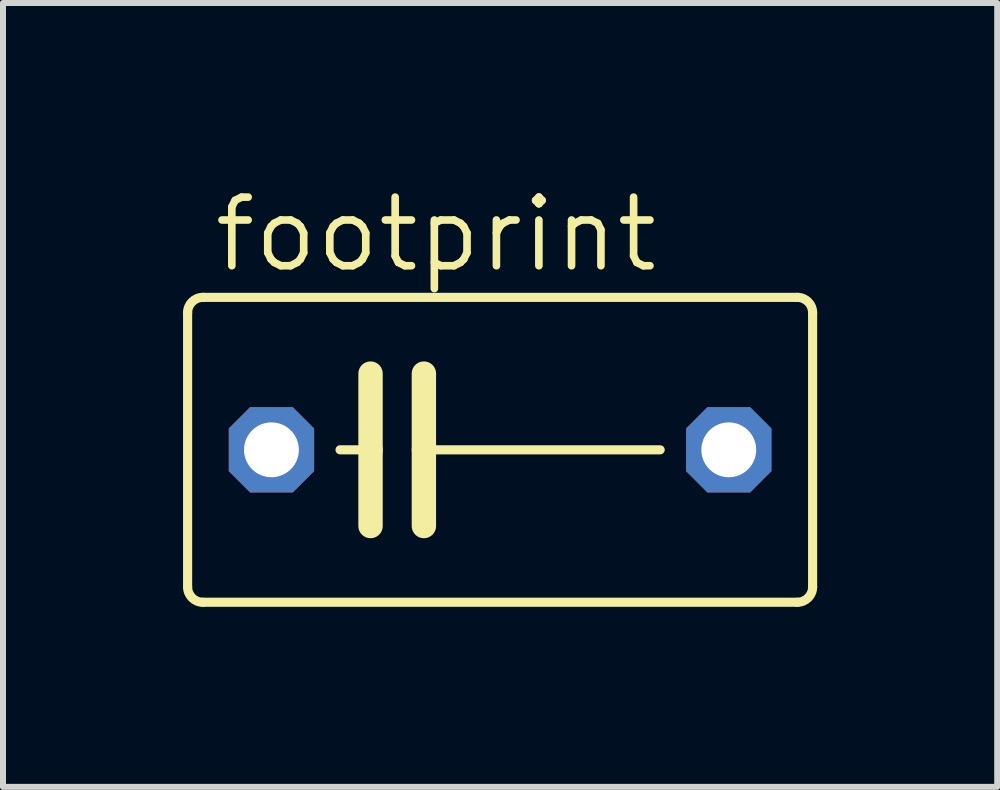
<source format=kicad_pcb>
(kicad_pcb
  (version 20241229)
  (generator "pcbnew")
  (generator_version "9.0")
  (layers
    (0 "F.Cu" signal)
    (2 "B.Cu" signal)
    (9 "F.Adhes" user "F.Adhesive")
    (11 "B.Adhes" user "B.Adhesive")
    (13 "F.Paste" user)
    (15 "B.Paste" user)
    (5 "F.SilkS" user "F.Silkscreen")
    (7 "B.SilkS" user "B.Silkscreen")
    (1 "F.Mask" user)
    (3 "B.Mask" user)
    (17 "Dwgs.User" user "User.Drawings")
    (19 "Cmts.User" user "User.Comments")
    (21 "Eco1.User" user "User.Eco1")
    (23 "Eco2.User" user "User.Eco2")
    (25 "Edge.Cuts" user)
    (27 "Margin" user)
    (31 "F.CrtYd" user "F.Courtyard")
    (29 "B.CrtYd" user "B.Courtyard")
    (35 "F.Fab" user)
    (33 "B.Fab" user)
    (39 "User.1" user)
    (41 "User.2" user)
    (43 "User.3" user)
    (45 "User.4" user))
  (footprint "footprint"
    (layer "F.Cu")
    (at 5.283 4.445)
    (property "Reference" "footprint" (at -4.826 -2.921 0) (layer "F.SilkS") (effects (font (size 1.143 1.143) (thickness 0.127)) (justify left bottom)))
    (fp_line (start -5.207 -2.286) (end -5.207 2.286) (stroke (width 0.152) (type solid)) (layer "F.SilkS"))
    (fp_line (start -4.953 2.54) (end 4.953 2.54) (stroke (width 0.152) (type solid)) (layer "F.SilkS"))
    (fp_line (start -2.667 0) (end -2.159 0) (stroke (width 0.152) (type solid)) (layer "F.SilkS"))
    (fp_line (start -2.159 -1.27) (end -2.159 0) (stroke (width 0.406) (type solid)) (layer "F.SilkS"))
    (fp_line (start -2.159 0) (end -2.159 1.27) (stroke (width 0.406) (type solid)) (layer "F.SilkS"))
    (fp_line (start -1.27 -1.27) (end -1.27 0) (stroke (width 0.406) (type solid)) (layer "F.SilkS"))
    (fp_line (start -1.27 0) (end -1.27 1.27) (stroke (width 0.406) (type solid)) (layer "F.SilkS"))
    (fp_line (start -1.27 0) (end 2.667 0) (stroke (width 0.152) (type solid)) (layer "F.SilkS"))
    (fp_line (start 4.953 -2.54) (end -4.953 -2.54) (stroke (width 0.152) (type solid)) (layer "F.SilkS"))
    (fp_line (start 5.207 2.286) (end 5.207 -2.286) (stroke (width 0.152) (type solid)) (layer "F.SilkS"))
    (fp_arc (start -5.207 -2.286) (mid -5.132605 -2.465605) (end -4.953 -2.54) (stroke (width 0.1524) (type solid)) (layer "F.SilkS"))
    (fp_arc (start -4.953 2.54) (mid -5.132605 2.465605) (end -5.207 2.286) (stroke (width 0.1524) (type solid)) (layer "F.SilkS"))
    (fp_arc (start 4.953 -2.54) (mid 5.132605 -2.465605) (end 5.207 -2.286) (stroke (width 0.1524) (type solid)) (layer "F.SilkS"))
    (fp_arc (start 5.207 2.286) (mid 5.132605 2.465605) (end 4.953 2.54) (stroke (width 0.1524) (type solid)) (layer "F.SilkS"))
    (pad "1" thru_hole roundrect (at -3.81 0) (size 1.422 1.422) (drill 0.914) (layers "*.Cu" "*.Mask") (roundrect_rratio 0.25) (chamfer_ratio 0.25) (chamfer top_left top_right bottom_left bottom_right))
    (pad "2" thru_hole roundrect (at 3.81 0) (size 1.422 1.422) (drill 0.914) (layers "*.Cu" "*.Mask") (roundrect_rratio 0.25) (chamfer_ratio 0.25) (chamfer top_left top_right bottom_left bottom_right)))
  (gr_rect
    (start -3 -3)
    (end 13.566 10.061)
    (stroke (width 0.1) (type default))
    (fill no)
    (layer "Edge.Cuts")))
</source>
